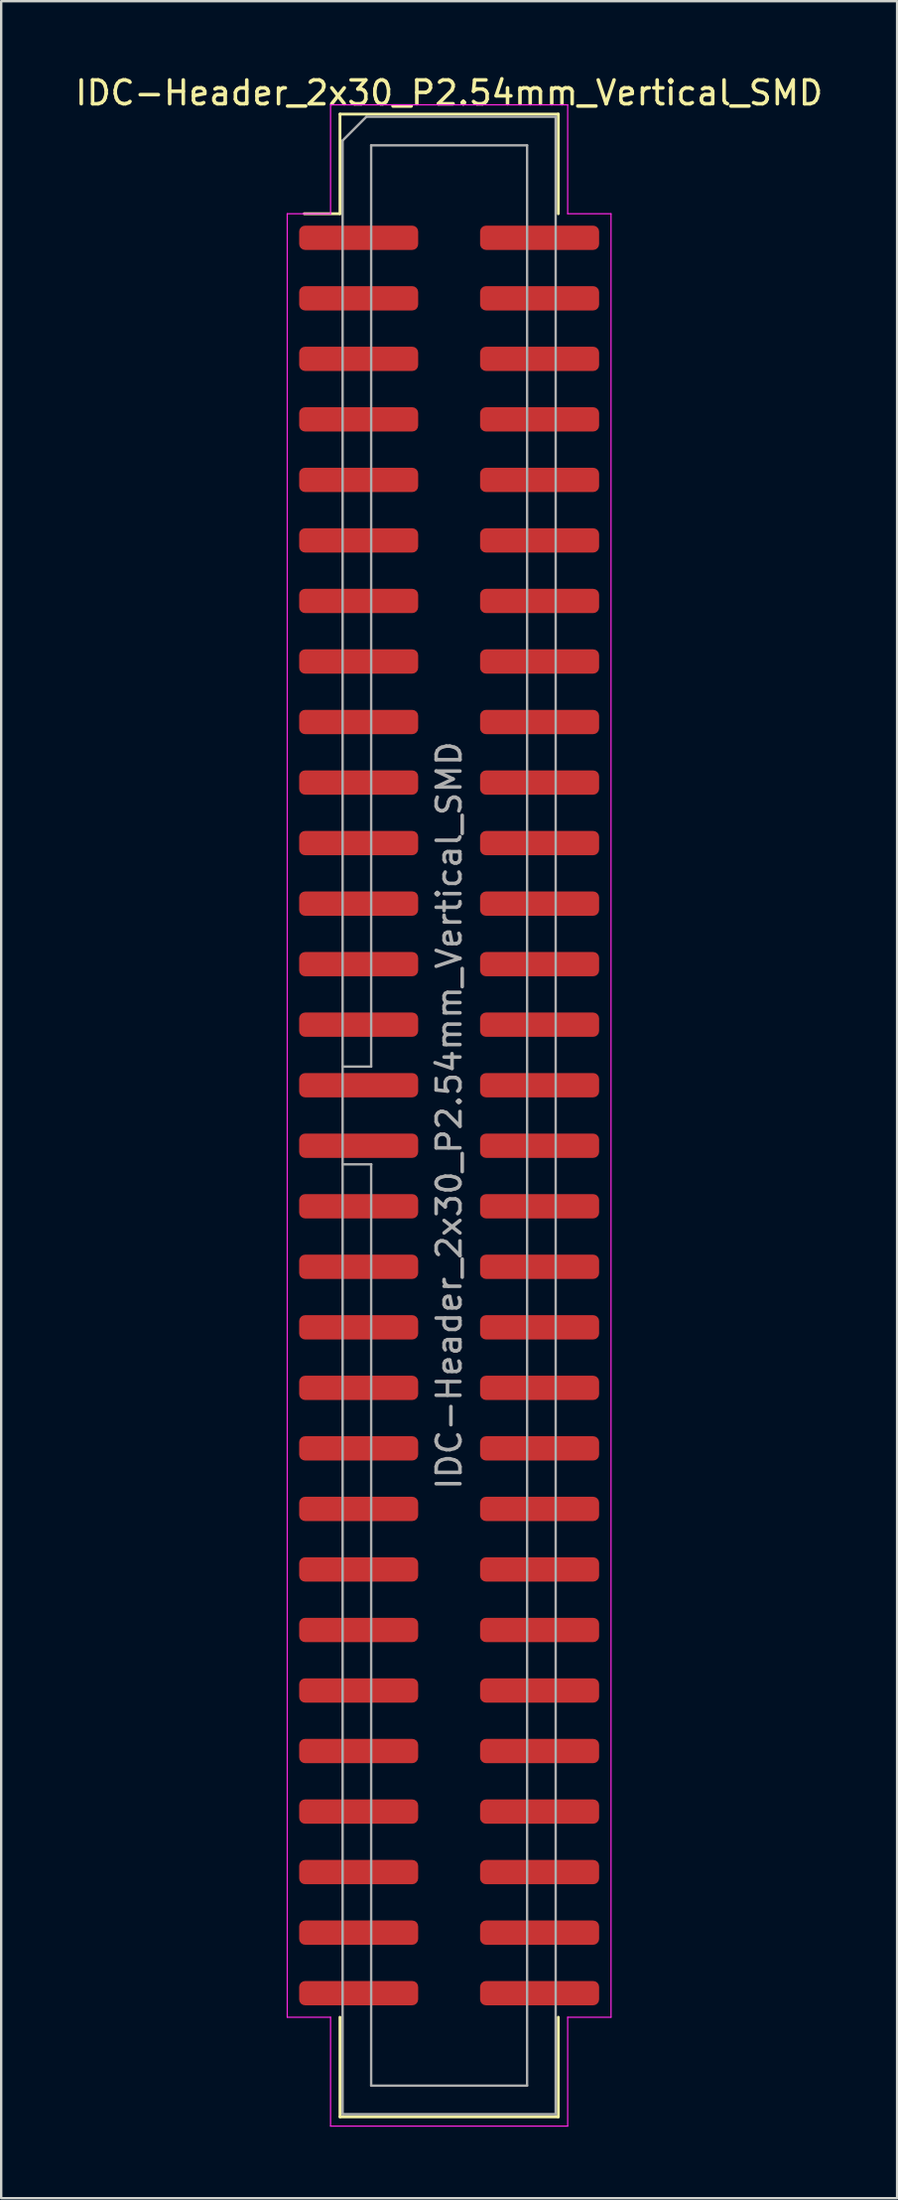
<source format=kicad_pcb>
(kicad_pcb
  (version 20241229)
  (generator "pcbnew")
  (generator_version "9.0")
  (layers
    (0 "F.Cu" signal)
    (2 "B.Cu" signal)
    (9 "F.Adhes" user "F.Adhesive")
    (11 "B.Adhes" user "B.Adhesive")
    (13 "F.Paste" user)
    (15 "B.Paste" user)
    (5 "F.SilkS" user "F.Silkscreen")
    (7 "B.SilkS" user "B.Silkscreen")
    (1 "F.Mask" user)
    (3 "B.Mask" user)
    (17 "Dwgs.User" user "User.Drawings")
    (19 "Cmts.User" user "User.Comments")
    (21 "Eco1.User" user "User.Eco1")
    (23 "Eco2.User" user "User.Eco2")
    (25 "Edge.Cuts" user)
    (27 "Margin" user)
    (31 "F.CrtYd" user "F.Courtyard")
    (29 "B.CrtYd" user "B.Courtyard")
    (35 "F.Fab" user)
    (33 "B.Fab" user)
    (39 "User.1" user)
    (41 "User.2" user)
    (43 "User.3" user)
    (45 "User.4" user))
  (footprint "IDC-Header_2x30_P2.54mm_Vertical_SMD"
    (layer "F.Cu")
    (at 15.815 43.758)
    (property "Reference" "IDC-Header_2x30_P2.54mm_Vertical_SMD" (at 0 -42.91 0) (layer "F.SilkS") (effects (font (size 1 1) (thickness 0.15))))
    (attr smd)
    (fp_line (start -4.585 -42.02) (end 4.585 -42.02) (stroke (width 0.12) (type solid)) (layer "F.SilkS"))
    (fp_line (start -4.585 -37.84) (end -6.085 -37.84) (stroke (width 0.12) (type solid)) (layer "F.SilkS"))
    (fp_line (start -4.585 -37.84) (end -4.585 -42.02) (stroke (width 0.12) (type solid)) (layer "F.SilkS"))
    (fp_line (start -4.585 37.84) (end -4.585 42.02) (stroke (width 0.12) (type solid)) (layer "F.SilkS"))
    (fp_line (start -4.585 42.02) (end 4.585 42.02) (stroke (width 0.12) (type solid)) (layer "F.SilkS"))
    (fp_line (start 4.585 -42.02) (end 4.585 -37.84) (stroke (width 0.12) (type solid)) (layer "F.SilkS"))
    (fp_line (start 4.585 42.02) (end 4.585 37.84) (stroke (width 0.12) (type solid)) (layer "F.SilkS"))
    (fp_line (start -6.8 -37.84) (end -6.8 37.84) (stroke (width 0.05) (type solid)) (layer "F.CrtYd"))
    (fp_line (start -6.8 37.84) (end -4.98 37.84) (stroke (width 0.05) (type solid)) (layer "F.CrtYd"))
    (fp_line (start -4.98 -42.41) (end -4.98 -37.84) (stroke (width 0.05) (type solid)) (layer "F.CrtYd"))
    (fp_line (start -4.98 -37.84) (end -6.8 -37.84) (stroke (width 0.05) (type solid)) (layer "F.CrtYd"))
    (fp_line (start -4.98 37.84) (end -4.98 42.41) (stroke (width 0.05) (type solid)) (layer "F.CrtYd"))
    (fp_line (start -4.98 42.41) (end 4.98 42.41) (stroke (width 0.05) (type solid)) (layer "F.CrtYd"))
    (fp_line (start 4.98 -42.41) (end -4.98 -42.41) (stroke (width 0.05) (type solid)) (layer "F.CrtYd"))
    (fp_line (start 4.98 -37.84) (end 4.98 -42.41) (stroke (width 0.05) (type solid)) (layer "F.CrtYd"))
    (fp_line (start 4.98 37.84) (end 6.8 37.84) (stroke (width 0.05) (type solid)) (layer "F.CrtYd"))
    (fp_line (start 4.98 42.41) (end 4.98 37.84) (stroke (width 0.05) (type solid)) (layer "F.CrtYd"))
    (fp_line (start 6.8 -37.84) (end 4.98 -37.84) (stroke (width 0.05) (type solid)) (layer "F.CrtYd"))
    (fp_line (start 6.8 37.84) (end 6.8 -37.84) (stroke (width 0.05) (type solid)) (layer "F.CrtYd"))
    (fp_line (start -4.475 -40.91) (end -3.475 -41.91) (stroke (width 0.1) (type solid)) (layer "F.Fab"))
    (fp_line (start -4.475 -2.05) (end -3.275 -2.05) (stroke (width 0.1) (type solid)) (layer "F.Fab"))
    (fp_line (start -4.475 41.91) (end -4.475 -40.91) (stroke (width 0.1) (type solid)) (layer "F.Fab"))
    (fp_line (start -3.475 -41.91) (end 4.475 -41.91) (stroke (width 0.1) (type solid)) (layer "F.Fab"))
    (fp_line (start -3.275 -40.71) (end 3.275 -40.71) (stroke (width 0.1) (type solid)) (layer "F.Fab"))
    (fp_line (start -3.275 -2.05) (end -3.275 -40.71) (stroke (width 0.1) (type solid)) (layer "F.Fab"))
    (fp_line (start -3.275 2.05) (end -4.475 2.05) (stroke (width 0.1) (type solid)) (layer "F.Fab"))
    (fp_line (start -3.275 2.05) (end -3.275 2.05) (stroke (width 0.1) (type solid)) (layer "F.Fab"))
    (fp_line (start -3.275 40.71) (end -3.275 2.05) (stroke (width 0.1) (type solid)) (layer "F.Fab"))
    (fp_line (start 3.275 -40.71) (end 3.275 40.71) (stroke (width 0.1) (type solid)) (layer "F.Fab"))
    (fp_line (start 3.275 40.71) (end -3.275 40.71) (stroke (width 0.1) (type solid)) (layer "F.Fab"))
    (fp_line (start 4.475 -41.91) (end 4.475 41.91) (stroke (width 0.1) (type solid)) (layer "F.Fab"))
    (fp_line (start 4.475 41.91) (end -4.475 41.91) (stroke (width 0.1) (type solid)) (layer "F.Fab"))
    (fp_text user "${REFERENCE}" (at 0 0 90) (layer "F.Fab") (effects (font (size 1 1) (thickness 0.15))))
    (pad "1" smd roundrect (at -3.8 -36.83) (size 5 1.02) (layers "F.Cu" "F.Mask" "F.Paste") (roundrect_rratio 0.245))
    (pad "2" smd roundrect (at 3.8 -36.83) (size 5 1.02) (layers "F.Cu" "F.Mask" "F.Paste") (roundrect_rratio 0.245))
    (pad "3" smd roundrect (at -3.8 -34.29) (size 5 1.02) (layers "F.Cu" "F.Mask" "F.Paste") (roundrect_rratio 0.245))
    (pad "4" smd roundrect (at 3.8 -34.29) (size 5 1.02) (layers "F.Cu" "F.Mask" "F.Paste") (roundrect_rratio 0.245))
    (pad "5" smd roundrect (at -3.8 -31.75) (size 5 1.02) (layers "F.Cu" "F.Mask" "F.Paste") (roundrect_rratio 0.245))
    (pad "6" smd roundrect (at 3.8 -31.75) (size 5 1.02) (layers "F.Cu" "F.Mask" "F.Paste") (roundrect_rratio 0.245))
    (pad "7" smd roundrect (at -3.8 -29.21) (size 5 1.02) (layers "F.Cu" "F.Mask" "F.Paste") (roundrect_rratio 0.245))
    (pad "8" smd roundrect (at 3.8 -29.21) (size 5 1.02) (layers "F.Cu" "F.Mask" "F.Paste") (roundrect_rratio 0.245))
    (pad "9" smd roundrect (at -3.8 -26.67) (size 5 1.02) (layers "F.Cu" "F.Mask" "F.Paste") (roundrect_rratio 0.245))
    (pad "10" smd roundrect (at 3.8 -26.67) (size 5 1.02) (layers "F.Cu" "F.Mask" "F.Paste") (roundrect_rratio 0.245))
    (pad "11" smd roundrect (at -3.8 -24.13) (size 5 1.02) (layers "F.Cu" "F.Mask" "F.Paste") (roundrect_rratio 0.245))
    (pad "12" smd roundrect (at 3.8 -24.13) (size 5 1.02) (layers "F.Cu" "F.Mask" "F.Paste") (roundrect_rratio 0.245))
    (pad "13" smd roundrect (at -3.8 -21.59) (size 5 1.02) (layers "F.Cu" "F.Mask" "F.Paste") (roundrect_rratio 0.245))
    (pad "14" smd roundrect (at 3.8 -21.59) (size 5 1.02) (layers "F.Cu" "F.Mask" "F.Paste") (roundrect_rratio 0.245))
    (pad "15" smd roundrect (at -3.8 -19.05) (size 5 1.02) (layers "F.Cu" "F.Mask" "F.Paste") (roundrect_rratio 0.245))
    (pad "16" smd roundrect (at 3.8 -19.05) (size 5 1.02) (layers "F.Cu" "F.Mask" "F.Paste") (roundrect_rratio 0.245))
    (pad "17" smd roundrect (at -3.8 -16.51) (size 5 1.02) (layers "F.Cu" "F.Mask" "F.Paste") (roundrect_rratio 0.245))
    (pad "18" smd roundrect (at 3.8 -16.51) (size 5 1.02) (layers "F.Cu" "F.Mask" "F.Paste") (roundrect_rratio 0.245))
    (pad "19" smd roundrect (at -3.8 -13.97) (size 5 1.02) (layers "F.Cu" "F.Mask" "F.Paste") (roundrect_rratio 0.245))
    (pad "20" smd roundrect (at 3.8 -13.97) (size 5 1.02) (layers "F.Cu" "F.Mask" "F.Paste") (roundrect_rratio 0.245))
    (pad "21" smd roundrect (at -3.8 -11.43) (size 5 1.02) (layers "F.Cu" "F.Mask" "F.Paste") (roundrect_rratio 0.245))
    (pad "22" smd roundrect (at 3.8 -11.43) (size 5 1.02) (layers "F.Cu" "F.Mask" "F.Paste") (roundrect_rratio 0.245))
    (pad "23" smd roundrect (at -3.8 -8.89) (size 5 1.02) (layers "F.Cu" "F.Mask" "F.Paste") (roundrect_rratio 0.245))
    (pad "24" smd roundrect (at 3.8 -8.89) (size 5 1.02) (layers "F.Cu" "F.Mask" "F.Paste") (roundrect_rratio 0.245))
    (pad "25" smd roundrect (at -3.8 -6.35) (size 5 1.02) (layers "F.Cu" "F.Mask" "F.Paste") (roundrect_rratio 0.245))
    (pad "26" smd roundrect (at 3.8 -6.35) (size 5 1.02) (layers "F.Cu" "F.Mask" "F.Paste") (roundrect_rratio 0.245))
    (pad "27" smd roundrect (at -3.8 -3.81) (size 5 1.02) (layers "F.Cu" "F.Mask" "F.Paste") (roundrect_rratio 0.245))
    (pad "28" smd roundrect (at 3.8 -3.81) (size 5 1.02) (layers "F.Cu" "F.Mask" "F.Paste") (roundrect_rratio 0.245))
    (pad "29" smd roundrect (at -3.8 -1.27) (size 5 1.02) (layers "F.Cu" "F.Mask" "F.Paste") (roundrect_rratio 0.245))
    (pad "30" smd roundrect (at 3.8 -1.27) (size 5 1.02) (layers "F.Cu" "F.Mask" "F.Paste") (roundrect_rratio 0.245))
    (pad "31" smd roundrect (at -3.8 1.27) (size 5 1.02) (layers "F.Cu" "F.Mask" "F.Paste") (roundrect_rratio 0.245))
    (pad "32" smd roundrect (at 3.8 1.27) (size 5 1.02) (layers "F.Cu" "F.Mask" "F.Paste") (roundrect_rratio 0.245))
    (pad "33" smd roundrect (at -3.8 3.81) (size 5 1.02) (layers "F.Cu" "F.Mask" "F.Paste") (roundrect_rratio 0.245))
    (pad "34" smd roundrect (at 3.8 3.81) (size 5 1.02) (layers "F.Cu" "F.Mask" "F.Paste") (roundrect_rratio 0.245))
    (pad "35" smd roundrect (at -3.8 6.35) (size 5 1.02) (layers "F.Cu" "F.Mask" "F.Paste") (roundrect_rratio 0.245))
    (pad "36" smd roundrect (at 3.8 6.35) (size 5 1.02) (layers "F.Cu" "F.Mask" "F.Paste") (roundrect_rratio 0.245))
    (pad "37" smd roundrect (at -3.8 8.89) (size 5 1.02) (layers "F.Cu" "F.Mask" "F.Paste") (roundrect_rratio 0.245))
    (pad "38" smd roundrect (at 3.8 8.89) (size 5 1.02) (layers "F.Cu" "F.Mask" "F.Paste") (roundrect_rratio 0.245))
    (pad "39" smd roundrect (at -3.8 11.43) (size 5 1.02) (layers "F.Cu" "F.Mask" "F.Paste") (roundrect_rratio 0.245))
    (pad "40" smd roundrect (at 3.8 11.43) (size 5 1.02) (layers "F.Cu" "F.Mask" "F.Paste") (roundrect_rratio 0.245))
    (pad "41" smd roundrect (at -3.8 13.97) (size 5 1.02) (layers "F.Cu" "F.Mask" "F.Paste") (roundrect_rratio 0.245))
    (pad "42" smd roundrect (at 3.8 13.97) (size 5 1.02) (layers "F.Cu" "F.Mask" "F.Paste") (roundrect_rratio 0.245))
    (pad "43" smd roundrect (at -3.8 16.51) (size 5 1.02) (layers "F.Cu" "F.Mask" "F.Paste") (roundrect_rratio 0.245))
    (pad "44" smd roundrect (at 3.8 16.51) (size 5 1.02) (layers "F.Cu" "F.Mask" "F.Paste") (roundrect_rratio 0.245))
    (pad "45" smd roundrect (at -3.8 19.05) (size 5 1.02) (layers "F.Cu" "F.Mask" "F.Paste") (roundrect_rratio 0.245))
    (pad "46" smd roundrect (at 3.8 19.05) (size 5 1.02) (layers "F.Cu" "F.Mask" "F.Paste") (roundrect_rratio 0.245))
    (pad "47" smd roundrect (at -3.8 21.59) (size 5 1.02) (layers "F.Cu" "F.Mask" "F.Paste") (roundrect_rratio 0.245))
    (pad "48" smd roundrect (at 3.8 21.59) (size 5 1.02) (layers "F.Cu" "F.Mask" "F.Paste") (roundrect_rratio 0.245))
    (pad "49" smd roundrect (at -3.8 24.13) (size 5 1.02) (layers "F.Cu" "F.Mask" "F.Paste") (roundrect_rratio 0.245))
    (pad "50" smd roundrect (at 3.8 24.13) (size 5 1.02) (layers "F.Cu" "F.Mask" "F.Paste") (roundrect_rratio 0.245))
    (pad "51" smd roundrect (at -3.8 26.67) (size 5 1.02) (layers "F.Cu" "F.Mask" "F.Paste") (roundrect_rratio 0.245))
    (pad "52" smd roundrect (at 3.8 26.67) (size 5 1.02) (layers "F.Cu" "F.Mask" "F.Paste") (roundrect_rratio 0.245))
    (pad "53" smd roundrect (at -3.8 29.21) (size 5 1.02) (layers "F.Cu" "F.Mask" "F.Paste") (roundrect_rratio 0.245))
    (pad "54" smd roundrect (at 3.8 29.21) (size 5 1.02) (layers "F.Cu" "F.Mask" "F.Paste") (roundrect_rratio 0.245))
    (pad "55" smd roundrect (at -3.8 31.75) (size 5 1.02) (layers "F.Cu" "F.Mask" "F.Paste") (roundrect_rratio 0.245))
    (pad "56" smd roundrect (at 3.8 31.75) (size 5 1.02) (layers "F.Cu" "F.Mask" "F.Paste") (roundrect_rratio 0.245))
    (pad "57" smd roundrect (at -3.8 34.29) (size 5 1.02) (layers "F.Cu" "F.Mask" "F.Paste") (roundrect_rratio 0.245))
    (pad "58" smd roundrect (at 3.8 34.29) (size 5 1.02) (layers "F.Cu" "F.Mask" "F.Paste") (roundrect_rratio 0.245))
    (pad "59" smd roundrect (at -3.8 36.83) (size 5 1.02) (layers "F.Cu" "F.Mask" "F.Paste") (roundrect_rratio 0.245))
    (pad "60" smd roundrect (at 3.8 36.83) (size 5 1.02) (layers "F.Cu" "F.Mask" "F.Paste") (roundrect_rratio 0.245)))
  (gr_rect
    (start -3 -3)
    (end 34.631 89.193)
    (stroke (width 0.1) (type default))
    (fill no)
    (layer "Edge.Cuts")))
</source>
